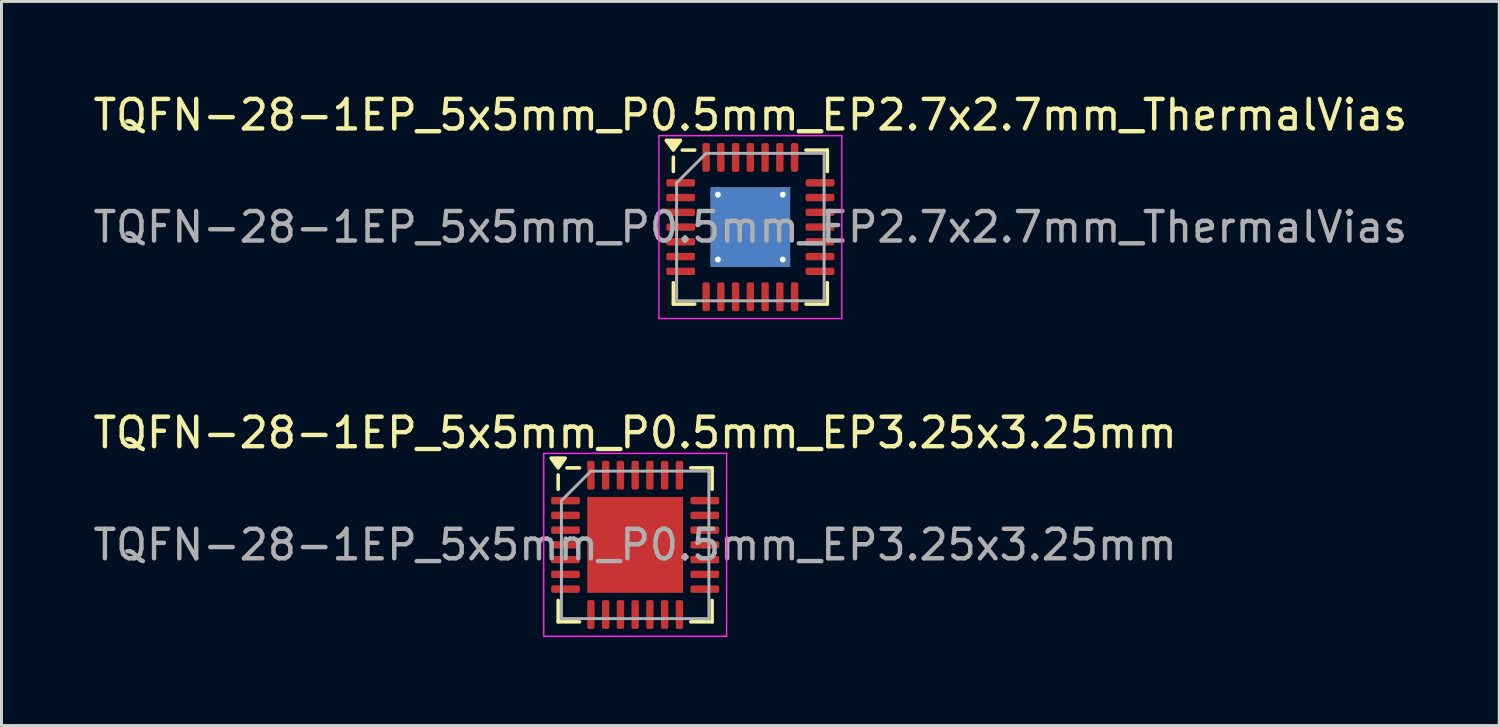
<source format=kicad_pcb>
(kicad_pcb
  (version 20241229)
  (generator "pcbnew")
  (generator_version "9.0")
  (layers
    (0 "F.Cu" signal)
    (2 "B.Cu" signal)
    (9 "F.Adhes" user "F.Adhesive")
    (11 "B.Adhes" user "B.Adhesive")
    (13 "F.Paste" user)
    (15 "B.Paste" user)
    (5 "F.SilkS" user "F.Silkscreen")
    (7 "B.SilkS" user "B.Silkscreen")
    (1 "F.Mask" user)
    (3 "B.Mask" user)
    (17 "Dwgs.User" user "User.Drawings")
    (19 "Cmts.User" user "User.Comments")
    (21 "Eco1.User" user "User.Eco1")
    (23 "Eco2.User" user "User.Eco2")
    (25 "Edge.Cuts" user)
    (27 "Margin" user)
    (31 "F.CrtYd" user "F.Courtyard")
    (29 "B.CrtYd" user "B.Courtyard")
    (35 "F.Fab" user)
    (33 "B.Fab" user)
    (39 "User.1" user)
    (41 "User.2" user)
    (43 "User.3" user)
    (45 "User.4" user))
  (footprint "TQFN-28-1EP_5x5mm_P0.5mm_EP2.7x2.7mm_ThermalVias"
    (layer "F.Cu")
    (at 22.387 4.648)
    (property "Reference" "TQFN-28-1EP_5x5mm_P0.5mm_EP2.7x2.7mm_ThermalVias" (at 0 -3.8 0) (layer "F.SilkS") (effects (font (size 1 1) (thickness 0.15))))
    (attr smd)
    (fp_line (start -2.61 -1.885) (end -2.61 -2.37) (stroke (width 0.12) (type solid)) (layer "F.SilkS"))
    (fp_line (start -2.61 2.61) (end -2.61 1.885) (stroke (width 0.12) (type solid)) (layer "F.SilkS"))
    (fp_line (start -1.885 -2.61) (end -2.31 -2.61) (stroke (width 0.12) (type solid)) (layer "F.SilkS"))
    (fp_line (start -1.885 2.61) (end -2.61 2.61) (stroke (width 0.12) (type solid)) (layer "F.SilkS"))
    (fp_line (start 1.885 -2.61) (end 2.61 -2.61) (stroke (width 0.12) (type solid)) (layer "F.SilkS"))
    (fp_line (start 1.885 2.61) (end 2.61 2.61) (stroke (width 0.12) (type solid)) (layer "F.SilkS"))
    (fp_line (start 2.61 -2.61) (end 2.61 -1.885) (stroke (width 0.12) (type solid)) (layer "F.SilkS"))
    (fp_line (start 2.61 2.61) (end 2.61 1.885) (stroke (width 0.12) (type solid)) (layer "F.SilkS"))
    (fp_poly (pts (xy -2.61 -2.61) (xy -2.85 -2.94) (xy -2.37 -2.94) (xy -2.61 -2.61)) (stroke (width 0.12) (type solid)) (fill yes) (layer "F.SilkS"))
    (fp_line (start -3.1 -3.1) (end -3.1 3.1) (stroke (width 0.05) (type solid)) (layer "F.CrtYd"))
    (fp_line (start -3.1 3.1) (end 3.1 3.1) (stroke (width 0.05) (type solid)) (layer "F.CrtYd"))
    (fp_line (start 3.1 -3.1) (end -3.1 -3.1) (stroke (width 0.05) (type solid)) (layer "F.CrtYd"))
    (fp_line (start 3.1 3.1) (end 3.1 -3.1) (stroke (width 0.05) (type solid)) (layer "F.CrtYd"))
    (fp_line (start -2.5 -1.5) (end -1.5 -2.5) (stroke (width 0.1) (type solid)) (layer "F.Fab"))
    (fp_line (start -2.5 2.5) (end -2.5 -1.5) (stroke (width 0.1) (type solid)) (layer "F.Fab"))
    (fp_line (start -1.5 -2.5) (end 2.5 -2.5) (stroke (width 0.1) (type solid)) (layer "F.Fab"))
    (fp_line (start 2.5 -2.5) (end 2.5 2.5) (stroke (width 0.1) (type solid)) (layer "F.Fab"))
    (fp_line (start 2.5 2.5) (end -2.5 2.5) (stroke (width 0.1) (type solid)) (layer "F.Fab"))
    (fp_text user "${REFERENCE}" (at 0 0 0) (layer "F.Fab") (effects (font (size 1 1) (thickness 0.15))))
    (pad "" smd roundrect (at -0.675 -0.675) (size 1.17 1.17) (layers "F.Paste") (roundrect_rratio 0.214))
    (pad "" smd roundrect (at -0.675 0.675) (size 1.17 1.17) (layers "F.Paste") (roundrect_rratio 0.214))
    (pad "" smd roundrect (at 0.675 -0.675) (size 1.17 1.17) (layers "F.Paste") (roundrect_rratio 0.214))
    (pad "" smd roundrect (at 0.675 0.675) (size 1.17 1.17) (layers "F.Paste") (roundrect_rratio 0.214))
    (pad "1" smd roundrect (at -2.362 -1.5) (size 0.975 0.25) (layers "F.Cu" "F.Mask" "F.Paste") (roundrect_rratio 0.25))
    (pad "2" smd roundrect (at -2.362 -1) (size 0.975 0.25) (layers "F.Cu" "F.Mask" "F.Paste") (roundrect_rratio 0.25))
    (pad "3" smd roundrect (at -2.362 -0.5) (size 0.975 0.25) (layers "F.Cu" "F.Mask" "F.Paste") (roundrect_rratio 0.25))
    (pad "4" smd roundrect (at -2.362 0) (size 0.975 0.25) (layers "F.Cu" "F.Mask" "F.Paste") (roundrect_rratio 0.25))
    (pad "5" smd roundrect (at -2.362 0.5) (size 0.975 0.25) (layers "F.Cu" "F.Mask" "F.Paste") (roundrect_rratio 0.25))
    (pad "6" smd roundrect (at -2.362 1) (size 0.975 0.25) (layers "F.Cu" "F.Mask" "F.Paste") (roundrect_rratio 0.25))
    (pad "7" smd roundrect (at -2.362 1.5) (size 0.975 0.25) (layers "F.Cu" "F.Mask" "F.Paste") (roundrect_rratio 0.25))
    (pad "8" smd roundrect (at -1.5 2.362) (size 0.25 0.975) (layers "F.Cu" "F.Mask" "F.Paste") (roundrect_rratio 0.25))
    (pad "9" smd roundrect (at -1 2.362) (size 0.25 0.975) (layers "F.Cu" "F.Mask" "F.Paste") (roundrect_rratio 0.25))
    (pad "10" smd roundrect (at -0.5 2.362) (size 0.25 0.975) (layers "F.Cu" "F.Mask" "F.Paste") (roundrect_rratio 0.25))
    (pad "11" smd roundrect (at 0 2.362) (size 0.25 0.975) (layers "F.Cu" "F.Mask" "F.Paste") (roundrect_rratio 0.25))
    (pad "12" smd roundrect (at 0.5 2.362) (size 0.25 0.975) (layers "F.Cu" "F.Mask" "F.Paste") (roundrect_rratio 0.25))
    (pad "13" smd roundrect (at 1 2.362) (size 0.25 0.975) (layers "F.Cu" "F.Mask" "F.Paste") (roundrect_rratio 0.25))
    (pad "14" smd roundrect (at 1.5 2.362) (size 0.25 0.975) (layers "F.Cu" "F.Mask" "F.Paste") (roundrect_rratio 0.25))
    (pad "15" smd roundrect (at 2.362 1.5) (size 0.975 0.25) (layers "F.Cu" "F.Mask" "F.Paste") (roundrect_rratio 0.25))
    (pad "16" smd roundrect (at 2.362 1) (size 0.975 0.25) (layers "F.Cu" "F.Mask" "F.Paste") (roundrect_rratio 0.25))
    (pad "17" smd roundrect (at 2.362 0.5) (size 0.975 0.25) (layers "F.Cu" "F.Mask" "F.Paste") (roundrect_rratio 0.25))
    (pad "18" smd roundrect (at 2.362 0) (size 0.975 0.25) (layers "F.Cu" "F.Mask" "F.Paste") (roundrect_rratio 0.25))
    (pad "19" smd roundrect (at 2.362 -0.5) (size 0.975 0.25) (layers "F.Cu" "F.Mask" "F.Paste") (roundrect_rratio 0.25))
    (pad "20" smd roundrect (at 2.362 -1) (size 0.975 0.25) (layers "F.Cu" "F.Mask" "F.Paste") (roundrect_rratio 0.25))
    (pad "21" smd roundrect (at 2.362 -1.5) (size 0.975 0.25) (layers "F.Cu" "F.Mask" "F.Paste") (roundrect_rratio 0.25))
    (pad "22" smd roundrect (at 1.5 -2.362) (size 0.25 0.975) (layers "F.Cu" "F.Mask" "F.Paste") (roundrect_rratio 0.25))
    (pad "23" smd roundrect (at 1 -2.362) (size 0.25 0.975) (layers "F.Cu" "F.Mask" "F.Paste") (roundrect_rratio 0.25))
    (pad "24" smd roundrect (at 0.5 -2.362) (size 0.25 0.975) (layers "F.Cu" "F.Mask" "F.Paste") (roundrect_rratio 0.25))
    (pad "25" smd roundrect (at 0 -2.362) (size 0.25 0.975) (layers "F.Cu" "F.Mask" "F.Paste") (roundrect_rratio 0.25))
    (pad "26" smd roundrect (at -0.5 -2.362) (size 0.25 0.975) (layers "F.Cu" "F.Mask" "F.Paste") (roundrect_rratio 0.25))
    (pad "27" smd roundrect (at -1 -2.362) (size 0.25 0.975) (layers "F.Cu" "F.Mask" "F.Paste") (roundrect_rratio 0.25))
    (pad "28" smd roundrect (at -1.5 -2.362) (size 0.25 0.975) (layers "F.Cu" "F.Mask" "F.Paste") (roundrect_rratio 0.25))
    (pad "29" thru_hole circle (at -1.1 -1.1) (size 0.5 0.5) (drill 0.2) (property pad_prop_heatsink) (layers "*.Cu"))
    (pad "29" thru_hole circle (at -1.1 1.1) (size 0.5 0.5) (drill 0.2) (property pad_prop_heatsink) (layers "*.Cu"))
    (pad "29" smd rect (at 0 0) (size 2.7 2.7) (property pad_prop_heatsink) (layers "F.Cu" "F.Mask"))
    (pad "29" smd rect (at 0 0) (size 2.7 2.7) (property pad_prop_heatsink) (layers "B.Cu"))
    (pad "29" thru_hole circle (at 1.1 -1.1) (size 0.5 0.5) (drill 0.2) (property pad_prop_heatsink) (layers "*.Cu"))
    (pad "29" thru_hole circle (at 1.1 1.1) (size 0.5 0.5) (drill 0.2) (property pad_prop_heatsink) (layers "*.Cu")))
  (footprint "TQFN-28-1EP_5x5mm_P0.5mm_EP3.25x3.25mm"
    (layer "F.Cu")
    (at 18.482 15.421)
    (property "Reference" "TQFN-28-1EP_5x5mm_P0.5mm_EP3.25x3.25mm" (at 0 -3.8 0) (layer "F.SilkS") (effects (font (size 1 1) (thickness 0.15))))
    (attr smd)
    (fp_line (start -2.61 -1.885) (end -2.61 -2.37) (stroke (width 0.12) (type solid)) (layer "F.SilkS"))
    (fp_line (start -2.61 2.61) (end -2.61 1.885) (stroke (width 0.12) (type solid)) (layer "F.SilkS"))
    (fp_line (start -1.885 -2.61) (end -2.31 -2.61) (stroke (width 0.12) (type solid)) (layer "F.SilkS"))
    (fp_line (start -1.885 2.61) (end -2.61 2.61) (stroke (width 0.12) (type solid)) (layer "F.SilkS"))
    (fp_line (start 1.885 -2.61) (end 2.61 -2.61) (stroke (width 0.12) (type solid)) (layer "F.SilkS"))
    (fp_line (start 1.885 2.61) (end 2.61 2.61) (stroke (width 0.12) (type solid)) (layer "F.SilkS"))
    (fp_line (start 2.61 -2.61) (end 2.61 -1.885) (stroke (width 0.12) (type solid)) (layer "F.SilkS"))
    (fp_line (start 2.61 2.61) (end 2.61 1.885) (stroke (width 0.12) (type solid)) (layer "F.SilkS"))
    (fp_poly (pts (xy -2.61 -2.61) (xy -2.85 -2.94) (xy -2.37 -2.94) (xy -2.61 -2.61)) (stroke (width 0.12) (type solid)) (fill yes) (layer "F.SilkS"))
    (fp_line (start -3.1 -3.1) (end -3.1 3.1) (stroke (width 0.05) (type solid)) (layer "F.CrtYd"))
    (fp_line (start -3.1 3.1) (end 3.1 3.1) (stroke (width 0.05) (type solid)) (layer "F.CrtYd"))
    (fp_line (start 3.1 -3.1) (end -3.1 -3.1) (stroke (width 0.05) (type solid)) (layer "F.CrtYd"))
    (fp_line (start 3.1 3.1) (end 3.1 -3.1) (stroke (width 0.05) (type solid)) (layer "F.CrtYd"))
    (fp_line (start -2.5 -1.5) (end -1.5 -2.5) (stroke (width 0.1) (type solid)) (layer "F.Fab"))
    (fp_line (start -2.5 2.5) (end -2.5 -1.5) (stroke (width 0.1) (type solid)) (layer "F.Fab"))
    (fp_line (start -1.5 -2.5) (end 2.5 -2.5) (stroke (width 0.1) (type solid)) (layer "F.Fab"))
    (fp_line (start 2.5 -2.5) (end 2.5 2.5) (stroke (width 0.1) (type solid)) (layer "F.Fab"))
    (fp_line (start 2.5 2.5) (end -2.5 2.5) (stroke (width 0.1) (type solid)) (layer "F.Fab"))
    (fp_text user "${REFERENCE}" (at 0 0 0) (layer "F.Fab") (effects (font (size 1 1) (thickness 0.15))))
    (pad "" smd roundrect (at -0.81 -0.81) (size 1.31 1.31) (layers "F.Paste") (roundrect_rratio 0.191))
    (pad "" smd roundrect (at -0.81 0.81) (size 1.31 1.31) (layers "F.Paste") (roundrect_rratio 0.191))
    (pad "" smd roundrect (at 0.81 -0.81) (size 1.31 1.31) (layers "F.Paste") (roundrect_rratio 0.191))
    (pad "" smd roundrect (at 0.81 0.81) (size 1.31 1.31) (layers "F.Paste") (roundrect_rratio 0.191))
    (pad "1" smd roundrect (at -2.362 -1.5) (size 0.975 0.25) (layers "F.Cu" "F.Mask" "F.Paste") (roundrect_rratio 0.25))
    (pad "2" smd roundrect (at -2.362 -1) (size 0.975 0.25) (layers "F.Cu" "F.Mask" "F.Paste") (roundrect_rratio 0.25))
    (pad "3" smd roundrect (at -2.362 -0.5) (size 0.975 0.25) (layers "F.Cu" "F.Mask" "F.Paste") (roundrect_rratio 0.25))
    (pad "4" smd roundrect (at -2.362 0) (size 0.975 0.25) (layers "F.Cu" "F.Mask" "F.Paste") (roundrect_rratio 0.25))
    (pad "5" smd roundrect (at -2.362 0.5) (size 0.975 0.25) (layers "F.Cu" "F.Mask" "F.Paste") (roundrect_rratio 0.25))
    (pad "6" smd roundrect (at -2.362 1) (size 0.975 0.25) (layers "F.Cu" "F.Mask" "F.Paste") (roundrect_rratio 0.25))
    (pad "7" smd roundrect (at -2.362 1.5) (size 0.975 0.25) (layers "F.Cu" "F.Mask" "F.Paste") (roundrect_rratio 0.25))
    (pad "8" smd roundrect (at -1.5 2.362) (size 0.25 0.975) (layers "F.Cu" "F.Mask" "F.Paste") (roundrect_rratio 0.25))
    (pad "9" smd roundrect (at -1 2.362) (size 0.25 0.975) (layers "F.Cu" "F.Mask" "F.Paste") (roundrect_rratio 0.25))
    (pad "10" smd roundrect (at -0.5 2.362) (size 0.25 0.975) (layers "F.Cu" "F.Mask" "F.Paste") (roundrect_rratio 0.25))
    (pad "11" smd roundrect (at 0 2.362) (size 0.25 0.975) (layers "F.Cu" "F.Mask" "F.Paste") (roundrect_rratio 0.25))
    (pad "12" smd roundrect (at 0.5 2.362) (size 0.25 0.975) (layers "F.Cu" "F.Mask" "F.Paste") (roundrect_rratio 0.25))
    (pad "13" smd roundrect (at 1 2.362) (size 0.25 0.975) (layers "F.Cu" "F.Mask" "F.Paste") (roundrect_rratio 0.25))
    (pad "14" smd roundrect (at 1.5 2.362) (size 0.25 0.975) (layers "F.Cu" "F.Mask" "F.Paste") (roundrect_rratio 0.25))
    (pad "15" smd roundrect (at 2.362 1.5) (size 0.975 0.25) (layers "F.Cu" "F.Mask" "F.Paste") (roundrect_rratio 0.25))
    (pad "16" smd roundrect (at 2.362 1) (size 0.975 0.25) (layers "F.Cu" "F.Mask" "F.Paste") (roundrect_rratio 0.25))
    (pad "17" smd roundrect (at 2.362 0.5) (size 0.975 0.25) (layers "F.Cu" "F.Mask" "F.Paste") (roundrect_rratio 0.25))
    (pad "18" smd roundrect (at 2.362 0) (size 0.975 0.25) (layers "F.Cu" "F.Mask" "F.Paste") (roundrect_rratio 0.25))
    (pad "19" smd roundrect (at 2.362 -0.5) (size 0.975 0.25) (layers "F.Cu" "F.Mask" "F.Paste") (roundrect_rratio 0.25))
    (pad "20" smd roundrect (at 2.362 -1) (size 0.975 0.25) (layers "F.Cu" "F.Mask" "F.Paste") (roundrect_rratio 0.25))
    (pad "21" smd roundrect (at 2.362 -1.5) (size 0.975 0.25) (layers "F.Cu" "F.Mask" "F.Paste") (roundrect_rratio 0.25))
    (pad "22" smd roundrect (at 1.5 -2.362) (size 0.25 0.975) (layers "F.Cu" "F.Mask" "F.Paste") (roundrect_rratio 0.25))
    (pad "23" smd roundrect (at 1 -2.362) (size 0.25 0.975) (layers "F.Cu" "F.Mask" "F.Paste") (roundrect_rratio 0.25))
    (pad "24" smd roundrect (at 0.5 -2.362) (size 0.25 0.975) (layers "F.Cu" "F.Mask" "F.Paste") (roundrect_rratio 0.25))
    (pad "25" smd roundrect (at 0 -2.362) (size 0.25 0.975) (layers "F.Cu" "F.Mask" "F.Paste") (roundrect_rratio 0.25))
    (pad "26" smd roundrect (at -0.5 -2.362) (size 0.25 0.975) (layers "F.Cu" "F.Mask" "F.Paste") (roundrect_rratio 0.25))
    (pad "27" smd roundrect (at -1 -2.362) (size 0.25 0.975) (layers "F.Cu" "F.Mask" "F.Paste") (roundrect_rratio 0.25))
    (pad "28" smd roundrect (at -1.5 -2.362) (size 0.25 0.975) (layers "F.Cu" "F.Mask" "F.Paste") (roundrect_rratio 0.25))
    (pad "29" smd rect (at 0 0) (size 3.25 3.25) (property pad_prop_heatsink) (layers "F.Cu" "F.Mask")))
  (gr_rect
    (start -3 -3)
    (end 47.774 21.547)
    (stroke (width 0.1) (type default))
    (fill no)
    (layer "Edge.Cuts")))
</source>
